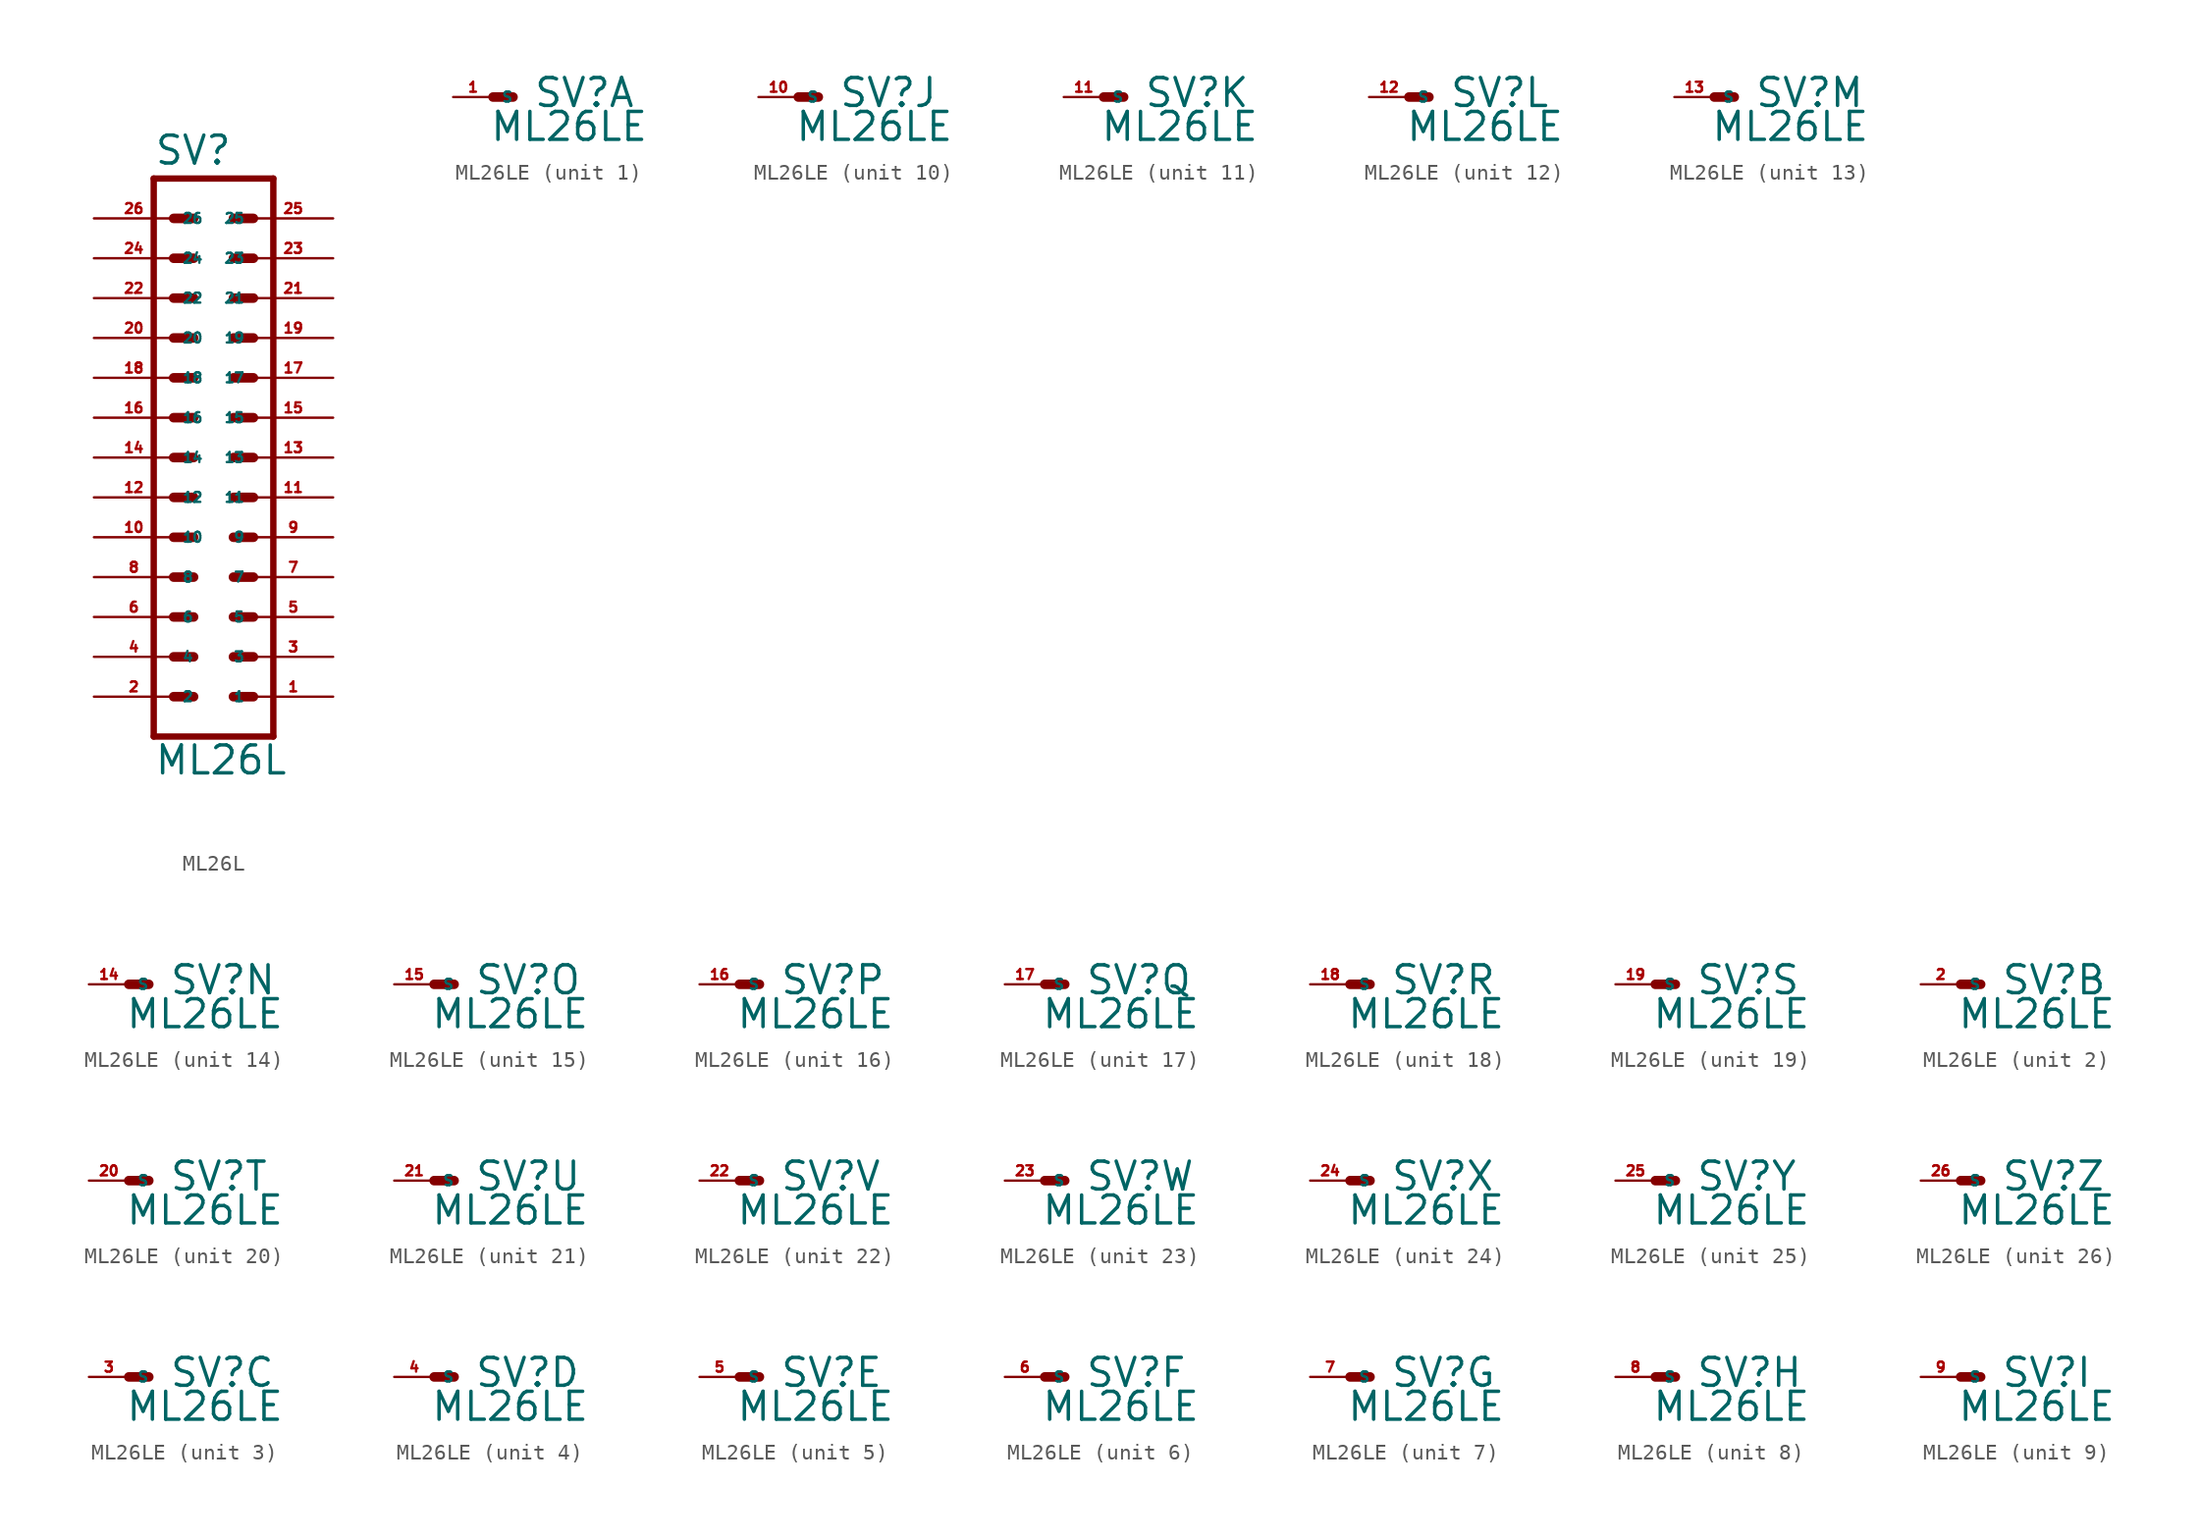
<source format=kicad_sym>
(kicad_symbol_lib
  (version 20220914)
  (generator Eagle2Kicad)
  (symbol "ML26L"
    (property "Reference" "SV"
      (at -3.81 18.542 0)
      (effects (font (size 1.778 1.778) (thickness 0.22)) (justify left bottom)))
    (property "Value" "ML26L"
      (at -3.81 -20.32 0)
      (effects (font (size 1.778 1.778) (thickness 0.22)) (justify left bottom)))
    (polyline
      (pts (xy 3.81 -17.78) (xy -3.81 -17.78))
      (stroke (width 0.406) (type default))
      (fill (type none)))
    (polyline
      (pts (xy -3.81 17.78) (xy -3.81 -17.78))
      (stroke (width 0.406) (type default))
      (fill (type none)))
    (polyline
      (pts (xy -3.81 17.78) (xy 3.81 17.78))
      (stroke (width 0.406) (type default))
      (fill (type none)))
    (polyline
      (pts (xy 3.81 -17.78) (xy 3.81 17.78))
      (stroke (width 0.406) (type default))
      (fill (type none)))
    (polyline
      (pts (xy 1.27 -5.08) (xy 2.54 -5.08))
      (stroke (width 0.61) (type default))
      (fill (type none)))
    (polyline
      (pts (xy 1.27 -7.62) (xy 2.54 -7.62))
      (stroke (width 0.61) (type default))
      (fill (type none)))
    (polyline
      (pts (xy 1.27 -10.16) (xy 2.54 -10.16))
      (stroke (width 0.61) (type default))
      (fill (type none)))
    (polyline
      (pts (xy 1.27 -12.7) (xy 2.54 -12.7))
      (stroke (width 0.61) (type default))
      (fill (type none)))
    (polyline
      (pts (xy 1.27 -15.24) (xy 2.54 -15.24))
      (stroke (width 0.61) (type default))
      (fill (type none)))
    (polyline
      (pts (xy -2.54 -5.08) (xy -1.27 -5.08))
      (stroke (width 0.61) (type default))
      (fill (type none)))
    (polyline
      (pts (xy -2.54 -7.62) (xy -1.27 -7.62))
      (stroke (width 0.61) (type default))
      (fill (type none)))
    (polyline
      (pts (xy -2.54 -10.16) (xy -1.27 -10.16))
      (stroke (width 0.61) (type default))
      (fill (type none)))
    (polyline
      (pts (xy -2.54 -12.7) (xy -1.27 -12.7))
      (stroke (width 0.61) (type default))
      (fill (type none)))
    (polyline
      (pts (xy -2.54 -15.24) (xy -1.27 -15.24))
      (stroke (width 0.61) (type default))
      (fill (type none)))
    (polyline
      (pts (xy 1.27 -2.54) (xy 2.54 -2.54))
      (stroke (width 0.61) (type default))
      (fill (type none)))
    (polyline
      (pts (xy 1.27 0) (xy 2.54 0))
      (stroke (width 0.61) (type default))
      (fill (type none)))
    (polyline
      (pts (xy 1.27 2.54) (xy 2.54 2.54))
      (stroke (width 0.61) (type default))
      (fill (type none)))
    (polyline
      (pts (xy 1.27 5.08) (xy 2.54 5.08))
      (stroke (width 0.61) (type default))
      (fill (type none)))
    (polyline
      (pts (xy 1.27 7.62) (xy 2.54 7.62))
      (stroke (width 0.61) (type default))
      (fill (type none)))
    (polyline
      (pts (xy -2.54 -2.54) (xy -1.27 -2.54))
      (stroke (width 0.61) (type default))
      (fill (type none)))
    (polyline
      (pts (xy -2.54 0) (xy -1.27 0))
      (stroke (width 0.61) (type default))
      (fill (type none)))
    (polyline
      (pts (xy -2.54 2.54) (xy -1.27 2.54))
      (stroke (width 0.61) (type default))
      (fill (type none)))
    (polyline
      (pts (xy -2.54 5.08) (xy -1.27 5.08))
      (stroke (width 0.61) (type default))
      (fill (type none)))
    (polyline
      (pts (xy -2.54 7.62) (xy -1.27 7.62))
      (stroke (width 0.61) (type default))
      (fill (type none)))
    (polyline
      (pts (xy 1.27 10.16) (xy 2.54 10.16))
      (stroke (width 0.61) (type default))
      (fill (type none)))
    (polyline
      (pts (xy 1.27 12.7) (xy 2.54 12.7))
      (stroke (width 0.61) (type default))
      (fill (type none)))
    (polyline
      (pts (xy 1.27 15.24) (xy 2.54 15.24))
      (stroke (width 0.61) (type default))
      (fill (type none)))
    (polyline
      (pts (xy -2.54 10.16) (xy -1.27 10.16))
      (stroke (width 0.61) (type default))
      (fill (type none)))
    (polyline
      (pts (xy -2.54 12.7) (xy -1.27 12.7))
      (stroke (width 0.61) (type default))
      (fill (type none)))
    (polyline
      (pts (xy -2.54 15.24) (xy -1.27 15.24))
      (stroke (width 0.61) (type default))
      (fill (type none)))
    (pin passive line
      (at 7.62 -15.24 180)
      (length 5.08)
      (name "1" (effects (font (size 0.635 0.635) (thickness 0.08)) (justify left bottom)))
      (number "1" (effects (font (size 0.635 0.635) (thickness 0.08)) (justify left bottom))))
    (pin passive line
      (at 7.62 -12.7 180)
      (length 5.08)
      (name "3" (effects (font (size 0.635 0.635) (thickness 0.08)) (justify left bottom)))
      (number "3" (effects (font (size 0.635 0.635) (thickness 0.08)) (justify left bottom))))
    (pin passive line
      (at 7.62 -10.16 180)
      (length 5.08)
      (name "5" (effects (font (size 0.635 0.635) (thickness 0.08)) (justify left bottom)))
      (number "5" (effects (font (size 0.635 0.635) (thickness 0.08)) (justify left bottom))))
    (pin passive line
      (at 7.62 -7.62 180)
      (length 5.08)
      (name "7" (effects (font (size 0.635 0.635) (thickness 0.08)) (justify left bottom)))
      (number "7" (effects (font (size 0.635 0.635) (thickness 0.08)) (justify left bottom))))
    (pin passive line
      (at 7.62 -5.08 180)
      (length 5.08)
      (name "9" (effects (font (size 0.635 0.635) (thickness 0.08)) (justify left bottom)))
      (number "9" (effects (font (size 0.635 0.635) (thickness 0.08)) (justify left bottom))))
    (pin passive line
      (at 7.62 -2.54 180)
      (length 5.08)
      (name "11" (effects (font (size 0.635 0.635) (thickness 0.08)) (justify left bottom)))
      (number "11" (effects (font (size 0.635 0.635) (thickness 0.08)) (justify left bottom))))
    (pin passive line
      (at 7.62 0 180)
      (length 5.08)
      (name "13" (effects (font (size 0.635 0.635) (thickness 0.08)) (justify left bottom)))
      (number "13" (effects (font (size 0.635 0.635) (thickness 0.08)) (justify left bottom))))
    (pin passive line
      (at 7.62 2.54 180)
      (length 5.08)
      (name "15" (effects (font (size 0.635 0.635) (thickness 0.08)) (justify left bottom)))
      (number "15" (effects (font (size 0.635 0.635) (thickness 0.08)) (justify left bottom))))
    (pin passive line
      (at 7.62 5.08 180)
      (length 5.08)
      (name "17" (effects (font (size 0.635 0.635) (thickness 0.08)) (justify left bottom)))
      (number "17" (effects (font (size 0.635 0.635) (thickness 0.08)) (justify left bottom))))
    (pin passive line
      (at 7.62 7.62 180)
      (length 5.08)
      (name "19" (effects (font (size 0.635 0.635) (thickness 0.08)) (justify left bottom)))
      (number "19" (effects (font (size 0.635 0.635) (thickness 0.08)) (justify left bottom))))
    (pin passive line
      (at 7.62 10.16 180)
      (length 5.08)
      (name "21" (effects (font (size 0.635 0.635) (thickness 0.08)) (justify left bottom)))
      (number "21" (effects (font (size 0.635 0.635) (thickness 0.08)) (justify left bottom))))
    (pin passive line
      (at 7.62 12.7 180)
      (length 5.08)
      (name "23" (effects (font (size 0.635 0.635) (thickness 0.08)) (justify left bottom)))
      (number "23" (effects (font (size 0.635 0.635) (thickness 0.08)) (justify left bottom))))
    (pin passive line
      (at 7.62 15.24 180)
      (length 5.08)
      (name "25" (effects (font (size 0.635 0.635) (thickness 0.08)) (justify left bottom)))
      (number "25" (effects (font (size 0.635 0.635) (thickness 0.08)) (justify left bottom))))
    (pin passive line
      (at -7.62 -15.24 0)
      (length 5.08)
      (name "2" (effects (font (size 0.635 0.635) (thickness 0.08)) (justify left bottom)))
      (number "2" (effects (font (size 0.635 0.635) (thickness 0.08)) (justify left bottom))))
    (pin passive line
      (at -7.62 -12.7 0)
      (length 5.08)
      (name "4" (effects (font (size 0.635 0.635) (thickness 0.08)) (justify left bottom)))
      (number "4" (effects (font (size 0.635 0.635) (thickness 0.08)) (justify left bottom))))
    (pin passive line
      (at -7.62 -10.16 0)
      (length 5.08)
      (name "6" (effects (font (size 0.635 0.635) (thickness 0.08)) (justify left bottom)))
      (number "6" (effects (font (size 0.635 0.635) (thickness 0.08)) (justify left bottom))))
    (pin passive line
      (at -7.62 -7.62 0)
      (length 5.08)
      (name "8" (effects (font (size 0.635 0.635) (thickness 0.08)) (justify left bottom)))
      (number "8" (effects (font (size 0.635 0.635) (thickness 0.08)) (justify left bottom))))
    (pin passive line
      (at -7.62 -5.08 0)
      (length 5.08)
      (name "10" (effects (font (size 0.635 0.635) (thickness 0.08)) (justify left bottom)))
      (number "10" (effects (font (size 0.635 0.635) (thickness 0.08)) (justify left bottom))))
    (pin passive line
      (at -7.62 -2.54 0)
      (length 5.08)
      (name "12" (effects (font (size 0.635 0.635) (thickness 0.08)) (justify left bottom)))
      (number "12" (effects (font (size 0.635 0.635) (thickness 0.08)) (justify left bottom))))
    (pin passive line
      (at -7.62 0 0)
      (length 5.08)
      (name "14" (effects (font (size 0.635 0.635) (thickness 0.08)) (justify left bottom)))
      (number "14" (effects (font (size 0.635 0.635) (thickness 0.08)) (justify left bottom))))
    (pin passive line
      (at -7.62 2.54 0)
      (length 5.08)
      (name "16" (effects (font (size 0.635 0.635) (thickness 0.08)) (justify left bottom)))
      (number "16" (effects (font (size 0.635 0.635) (thickness 0.08)) (justify left bottom))))
    (pin passive line
      (at -7.62 5.08 0)
      (length 5.08)
      (name "18" (effects (font (size 0.635 0.635) (thickness 0.08)) (justify left bottom)))
      (number "18" (effects (font (size 0.635 0.635) (thickness 0.08)) (justify left bottom))))
    (pin passive line
      (at -7.62 7.62 0)
      (length 5.08)
      (name "20" (effects (font (size 0.635 0.635) (thickness 0.08)) (justify left bottom)))
      (number "20" (effects (font (size 0.635 0.635) (thickness 0.08)) (justify left bottom))))
    (pin passive line
      (at -7.62 10.16 0)
      (length 5.08)
      (name "22" (effects (font (size 0.635 0.635) (thickness 0.08)) (justify left bottom)))
      (number "22" (effects (font (size 0.635 0.635) (thickness 0.08)) (justify left bottom))))
    (pin passive line
      (at -7.62 12.7 0)
      (length 5.08)
      (name "24" (effects (font (size 0.635 0.635) (thickness 0.08)) (justify left bottom)))
      (number "24" (effects (font (size 0.635 0.635) (thickness 0.08)) (justify left bottom))))
    (pin passive line
      (at -7.62 15.24 0)
      (length 5.08)
      (name "26" (effects (font (size 0.635 0.635) (thickness 0.08)) (justify left bottom)))
      (number "26" (effects (font (size 0.635 0.635) (thickness 0.08)) (justify left bottom)))))
  (symbol "ML26LE"
    (property "Reference" "SV"
      (at 2.54 -0.762 0)
      (effects (font (size 1.778 1.778) (thickness 0.22)) (justify left bottom)))
    (property "Value" "ML26LE"
      (at -0.254 -2.921 0)
      (effects (font (size 1.778 1.778) (thickness 0.22)) (justify left bottom)))
    (symbol "ML26LE_1_0"
      (polyline (pts (xy 1.27 0) (xy 0 0)) (stroke (width 0.61) (type default)) (fill (type none)))
      (pin passive line (at -2.54 0 0) (length 2.54) (name "S" (effects (font (size 0.635 0.635) (thickness 0.08)) (justify left bottom))) (number "1" (effects (font (size 0.635 0.635) (thickness 0.08)) (justify left bottom)))))
    (symbol "ML26LE_2_0"
      (polyline (pts (xy 1.27 0) (xy 0 0)) (stroke (width 0.61) (type default)) (fill (type none)))
      (pin passive line (at -2.54 0 0) (length 2.54) (name "S" (effects (font (size 0.635 0.635) (thickness 0.08)) (justify left bottom))) (number "2" (effects (font (size 0.635 0.635) (thickness 0.08)) (justify left bottom)))))
    (symbol "ML26LE_3_0"
      (polyline (pts (xy 1.27 0) (xy 0 0)) (stroke (width 0.61) (type default)) (fill (type none)))
      (pin passive line (at -2.54 0 0) (length 2.54) (name "S" (effects (font (size 0.635 0.635) (thickness 0.08)) (justify left bottom))) (number "3" (effects (font (size 0.635 0.635) (thickness 0.08)) (justify left bottom)))))
    (symbol "ML26LE_4_0"
      (polyline (pts (xy 1.27 0) (xy 0 0)) (stroke (width 0.61) (type default)) (fill (type none)))
      (pin passive line (at -2.54 0 0) (length 2.54) (name "S" (effects (font (size 0.635 0.635) (thickness 0.08)) (justify left bottom))) (number "4" (effects (font (size 0.635 0.635) (thickness 0.08)) (justify left bottom)))))
    (symbol "ML26LE_5_0"
      (polyline (pts (xy 1.27 0) (xy 0 0)) (stroke (width 0.61) (type default)) (fill (type none)))
      (pin passive line (at -2.54 0 0) (length 2.54) (name "S" (effects (font (size 0.635 0.635) (thickness 0.08)) (justify left bottom))) (number "5" (effects (font (size 0.635 0.635) (thickness 0.08)) (justify left bottom)))))
    (symbol "ML26LE_6_0"
      (polyline (pts (xy 1.27 0) (xy 0 0)) (stroke (width 0.61) (type default)) (fill (type none)))
      (pin passive line (at -2.54 0 0) (length 2.54) (name "S" (effects (font (size 0.635 0.635) (thickness 0.08)) (justify left bottom))) (number "6" (effects (font (size 0.635 0.635) (thickness 0.08)) (justify left bottom)))))
    (symbol "ML26LE_7_0"
      (polyline (pts (xy 1.27 0) (xy 0 0)) (stroke (width 0.61) (type default)) (fill (type none)))
      (pin passive line (at -2.54 0 0) (length 2.54) (name "S" (effects (font (size 0.635 0.635) (thickness 0.08)) (justify left bottom))) (number "7" (effects (font (size 0.635 0.635) (thickness 0.08)) (justify left bottom)))))
    (symbol "ML26LE_8_0"
      (polyline (pts (xy 1.27 0) (xy 0 0)) (stroke (width 0.61) (type default)) (fill (type none)))
      (pin passive line (at -2.54 0 0) (length 2.54) (name "S" (effects (font (size 0.635 0.635) (thickness 0.08)) (justify left bottom))) (number "8" (effects (font (size 0.635 0.635) (thickness 0.08)) (justify left bottom)))))
    (symbol "ML26LE_9_0"
      (polyline (pts (xy 1.27 0) (xy 0 0)) (stroke (width 0.61) (type default)) (fill (type none)))
      (pin passive line (at -2.54 0 0) (length 2.54) (name "S" (effects (font (size 0.635 0.635) (thickness 0.08)) (justify left bottom))) (number "9" (effects (font (size 0.635 0.635) (thickness 0.08)) (justify left bottom)))))
    (symbol "ML26LE_10_0"
      (polyline (pts (xy 1.27 0) (xy 0 0)) (stroke (width 0.61) (type default)) (fill (type none)))
      (pin passive line (at -2.54 0 0) (length 2.54) (name "S" (effects (font (size 0.635 0.635) (thickness 0.08)) (justify left bottom))) (number "10" (effects (font (size 0.635 0.635) (thickness 0.08)) (justify left bottom)))))
    (symbol "ML26LE_11_0"
      (polyline (pts (xy 1.27 0) (xy 0 0)) (stroke (width 0.61) (type default)) (fill (type none)))
      (pin passive line (at -2.54 0 0) (length 2.54) (name "S" (effects (font (size 0.635 0.635) (thickness 0.08)) (justify left bottom))) (number "11" (effects (font (size 0.635 0.635) (thickness 0.08)) (justify left bottom)))))
    (symbol "ML26LE_12_0"
      (polyline (pts (xy 1.27 0) (xy 0 0)) (stroke (width 0.61) (type default)) (fill (type none)))
      (pin passive line (at -2.54 0 0) (length 2.54) (name "S" (effects (font (size 0.635 0.635) (thickness 0.08)) (justify left bottom))) (number "12" (effects (font (size 0.635 0.635) (thickness 0.08)) (justify left bottom)))))
    (symbol "ML26LE_13_0"
      (polyline (pts (xy 1.27 0) (xy 0 0)) (stroke (width 0.61) (type default)) (fill (type none)))
      (pin passive line (at -2.54 0 0) (length 2.54) (name "S" (effects (font (size 0.635 0.635) (thickness 0.08)) (justify left bottom))) (number "13" (effects (font (size 0.635 0.635) (thickness 0.08)) (justify left bottom)))))
    (symbol "ML26LE_14_0"
      (polyline (pts (xy 1.27 0) (xy 0 0)) (stroke (width 0.61) (type default)) (fill (type none)))
      (pin passive line (at -2.54 0 0) (length 2.54) (name "S" (effects (font (size 0.635 0.635) (thickness 0.08)) (justify left bottom))) (number "14" (effects (font (size 0.635 0.635) (thickness 0.08)) (justify left bottom)))))
    (symbol "ML26LE_15_0"
      (polyline (pts (xy 1.27 0) (xy 0 0)) (stroke (width 0.61) (type default)) (fill (type none)))
      (pin passive line (at -2.54 0 0) (length 2.54) (name "S" (effects (font (size 0.635 0.635) (thickness 0.08)) (justify left bottom))) (number "15" (effects (font (size 0.635 0.635) (thickness 0.08)) (justify left bottom)))))
    (symbol "ML26LE_16_0"
      (polyline (pts (xy 1.27 0) (xy 0 0)) (stroke (width 0.61) (type default)) (fill (type none)))
      (pin passive line (at -2.54 0 0) (length 2.54) (name "S" (effects (font (size 0.635 0.635) (thickness 0.08)) (justify left bottom))) (number "16" (effects (font (size 0.635 0.635) (thickness 0.08)) (justify left bottom)))))
    (symbol "ML26LE_17_0"
      (polyline (pts (xy 1.27 0) (xy 0 0)) (stroke (width 0.61) (type default)) (fill (type none)))
      (pin passive line (at -2.54 0 0) (length 2.54) (name "S" (effects (font (size 0.635 0.635) (thickness 0.08)) (justify left bottom))) (number "17" (effects (font (size 0.635 0.635) (thickness 0.08)) (justify left bottom)))))
    (symbol "ML26LE_18_0"
      (polyline (pts (xy 1.27 0) (xy 0 0)) (stroke (width 0.61) (type default)) (fill (type none)))
      (pin passive line (at -2.54 0 0) (length 2.54) (name "S" (effects (font (size 0.635 0.635) (thickness 0.08)) (justify left bottom))) (number "18" (effects (font (size 0.635 0.635) (thickness 0.08)) (justify left bottom)))))
    (symbol "ML26LE_19_0"
      (polyline (pts (xy 1.27 0) (xy 0 0)) (stroke (width 0.61) (type default)) (fill (type none)))
      (pin passive line (at -2.54 0 0) (length 2.54) (name "S" (effects (font (size 0.635 0.635) (thickness 0.08)) (justify left bottom))) (number "19" (effects (font (size 0.635 0.635) (thickness 0.08)) (justify left bottom)))))
    (symbol "ML26LE_20_0"
      (polyline (pts (xy 1.27 0) (xy 0 0)) (stroke (width 0.61) (type default)) (fill (type none)))
      (pin passive line (at -2.54 0 0) (length 2.54) (name "S" (effects (font (size 0.635 0.635) (thickness 0.08)) (justify left bottom))) (number "20" (effects (font (size 0.635 0.635) (thickness 0.08)) (justify left bottom)))))
    (symbol "ML26LE_21_0"
      (polyline (pts (xy 1.27 0) (xy 0 0)) (stroke (width 0.61) (type default)) (fill (type none)))
      (pin passive line (at -2.54 0 0) (length 2.54) (name "S" (effects (font (size 0.635 0.635) (thickness 0.08)) (justify left bottom))) (number "21" (effects (font (size 0.635 0.635) (thickness 0.08)) (justify left bottom)))))
    (symbol "ML26LE_22_0"
      (polyline (pts (xy 1.27 0) (xy 0 0)) (stroke (width 0.61) (type default)) (fill (type none)))
      (pin passive line (at -2.54 0 0) (length 2.54) (name "S" (effects (font (size 0.635 0.635) (thickness 0.08)) (justify left bottom))) (number "22" (effects (font (size 0.635 0.635) (thickness 0.08)) (justify left bottom)))))
    (symbol "ML26LE_23_0"
      (polyline (pts (xy 1.27 0) (xy 0 0)) (stroke (width 0.61) (type default)) (fill (type none)))
      (pin passive line (at -2.54 0 0) (length 2.54) (name "S" (effects (font (size 0.635 0.635) (thickness 0.08)) (justify left bottom))) (number "23" (effects (font (size 0.635 0.635) (thickness 0.08)) (justify left bottom)))))
    (symbol "ML26LE_24_0"
      (polyline (pts (xy 1.27 0) (xy 0 0)) (stroke (width 0.61) (type default)) (fill (type none)))
      (pin passive line (at -2.54 0 0) (length 2.54) (name "S" (effects (font (size 0.635 0.635) (thickness 0.08)) (justify left bottom))) (number "24" (effects (font (size 0.635 0.635) (thickness 0.08)) (justify left bottom)))))
    (symbol "ML26LE_25_0"
      (polyline (pts (xy 1.27 0) (xy 0 0)) (stroke (width 0.61) (type default)) (fill (type none)))
      (pin passive line (at -2.54 0 0) (length 2.54) (name "S" (effects (font (size 0.635 0.635) (thickness 0.08)) (justify left bottom))) (number "25" (effects (font (size 0.635 0.635) (thickness 0.08)) (justify left bottom)))))
    (symbol "ML26LE_26_0"
      (polyline (pts (xy 1.27 0) (xy 0 0)) (stroke (width 0.61) (type default)) (fill (type none)))
      (pin passive line (at -2.54 0 0) (length 2.54) (name "S" (effects (font (size 0.635 0.635) (thickness 0.08)) (justify left bottom))) (number "26" (effects (font (size 0.635 0.635) (thickness 0.08)) (justify left bottom)))))))
</source>
